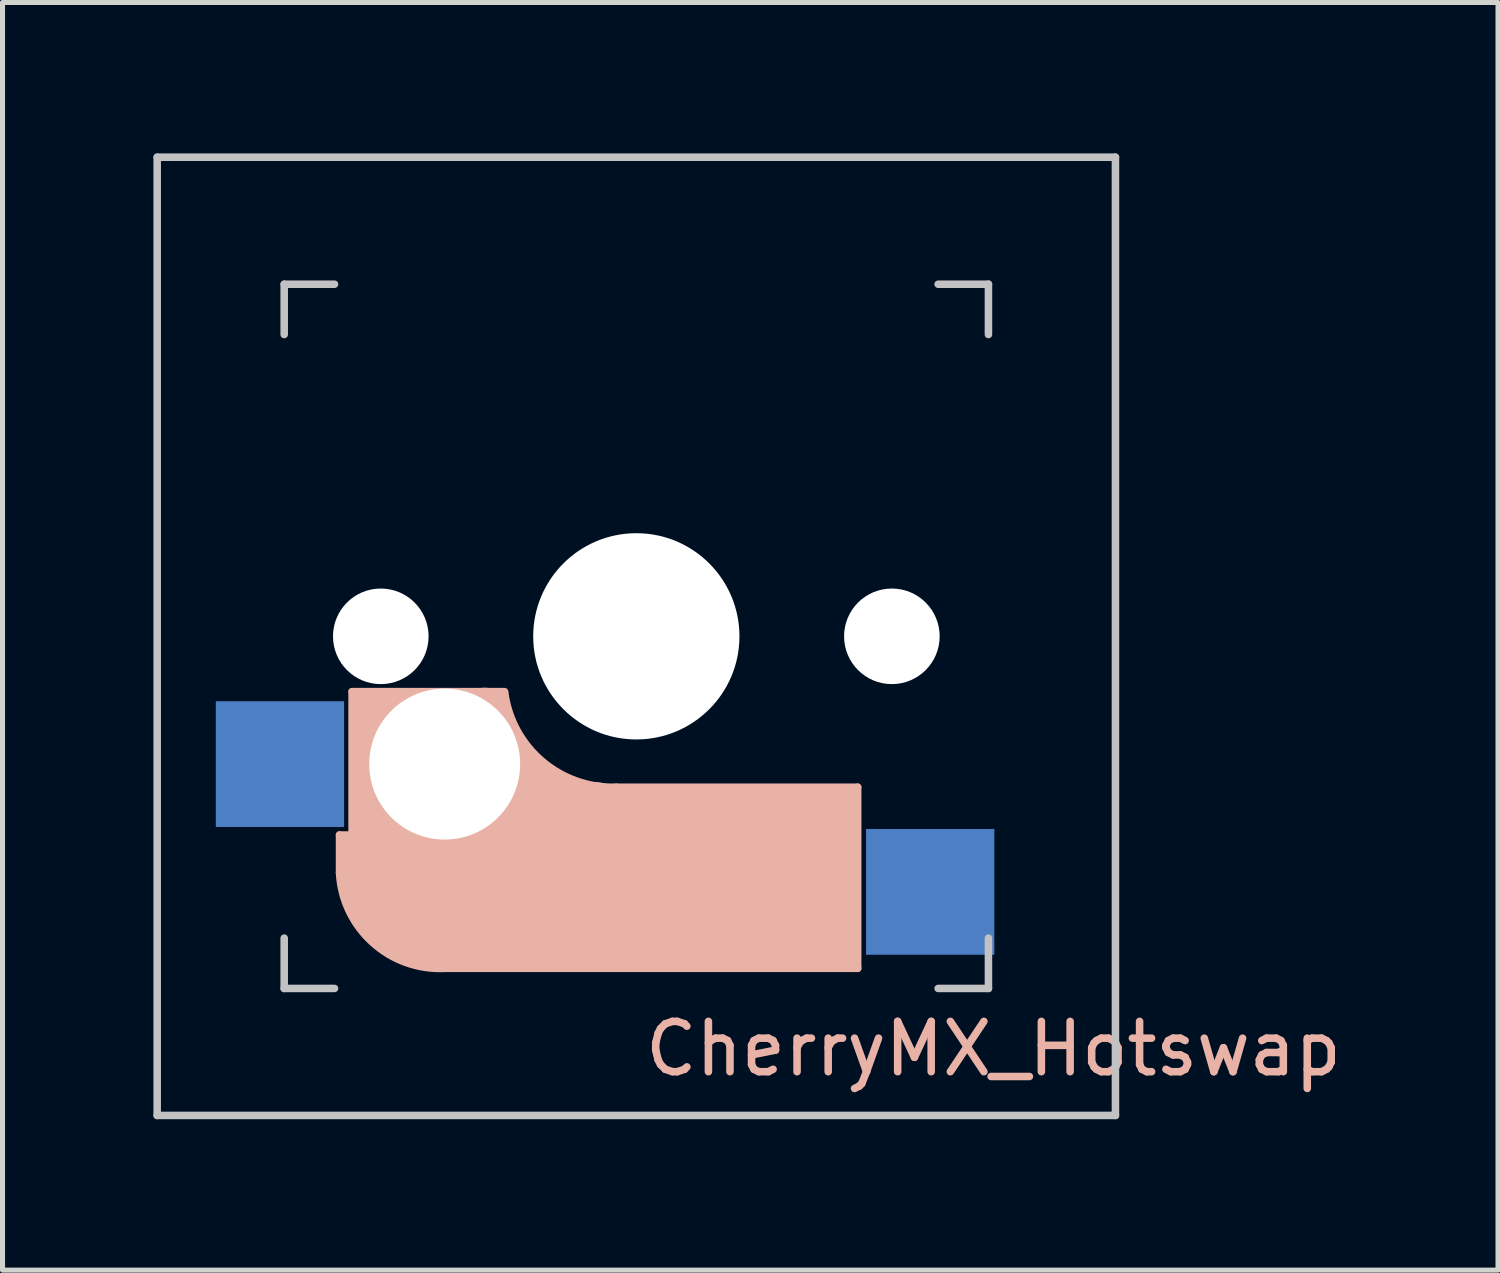
<source format=kicad_pcb>
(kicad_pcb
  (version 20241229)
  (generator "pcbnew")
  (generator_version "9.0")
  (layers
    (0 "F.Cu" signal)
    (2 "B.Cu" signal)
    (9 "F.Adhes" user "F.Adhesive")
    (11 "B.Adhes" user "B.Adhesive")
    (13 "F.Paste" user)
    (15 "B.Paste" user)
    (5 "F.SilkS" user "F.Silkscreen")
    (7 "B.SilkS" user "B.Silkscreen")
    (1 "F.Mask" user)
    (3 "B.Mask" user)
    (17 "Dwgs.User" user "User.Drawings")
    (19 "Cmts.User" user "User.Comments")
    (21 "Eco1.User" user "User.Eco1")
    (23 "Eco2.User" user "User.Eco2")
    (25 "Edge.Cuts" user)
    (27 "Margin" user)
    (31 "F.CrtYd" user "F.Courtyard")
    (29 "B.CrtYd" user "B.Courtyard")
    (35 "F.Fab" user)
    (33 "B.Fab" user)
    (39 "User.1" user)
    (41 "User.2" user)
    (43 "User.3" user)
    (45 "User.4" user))
  (footprint "CherryMX_Hotswap"
    (layer "F.Cu")
    (at 9.6 9.6)
    (property "Reference" "CherryMX_Hotswap" (at 7.1 8.2 0) (layer "B.SilkS") (effects (font (size 1 1) (thickness 0.15))))
    (attr through_hole)
    (fp_line (start -5.9 3.95) (end -5.7 3.95) (stroke (width 0.15) (type solid)) (layer "B.SilkS"))
    (fp_line (start -5.9 4.7) (end -5.9 3.95) (stroke (width 0.15) (type solid)) (layer "B.SilkS"))
    (fp_line (start -5.8 4.05) (end -5.8 4.7) (stroke (width 0.3) (type solid)) (layer "B.SilkS"))
    (fp_line (start -5.65 1.1) (end -2.62 1.1) (stroke (width 0.15) (type solid)) (layer "B.SilkS"))
    (fp_line (start -5.65 5.55) (end -5.65 1.1) (stroke (width 0.15) (type solid)) (layer "B.SilkS"))
    (fp_line (start -5.45 1.3) (end -3 1.3) (stroke (width 0.5) (type solid)) (layer "B.SilkS"))
    (fp_line (start -5.3 1.6) (end -5.3 3.4) (stroke (width 0.8) (type solid)) (layer "B.SilkS"))
    (fp_line (start -4.17 5.1) (end -4.17 2.86) (stroke (width 3) (type solid)) (layer "B.SilkS"))
    (fp_line (start -0.4 3) (end 4.4 3) (stroke (width 0.15) (type solid)) (layer "B.SilkS"))
    (fp_line (start 2.6 4.8) (end -4.1 4.8) (stroke (width 3.5) (type solid)) (layer "B.SilkS"))
    (fp_line (start 3.9 6) (end 3.9 3.5) (stroke (width 1) (type solid)) (layer "B.SilkS"))
    (fp_line (start 4.2 3.25) (end 2.9 3.3) (stroke (width 0.5) (type solid)) (layer "B.SilkS"))
    (fp_line (start 4.25 6.4) (end 3 6.4) (stroke (width 0.4) (type solid)) (layer "B.SilkS"))
    (fp_line (start 4.38 4) (end 4.38 6.25) (stroke (width 0.15) (type solid)) (layer "B.SilkS"))
    (fp_line (start 4.4 3) (end 4.4 6.6) (stroke (width 0.15) (type solid)) (layer "B.SilkS"))
    (fp_line (start 4.4 6.6) (end -3.8 6.6) (stroke (width 0.15) (type solid)) (layer "B.SilkS"))
    (fp_arc (start -3.800001 6.6) (mid -5.243504 6.084924) (end -5.9 4.699999) (stroke (width 0.15) (type solid)) (layer "B.SilkS"))
    (fp_arc (start -0.8 3.4) (mid -2.268709 2.886118) (end -3.016318 1.521471) (stroke (width 1) (type solid)) (layer "B.SilkS"))
    (fp_arc (start -0.4 3) (mid -1.868709 2.486118) (end -2.616318 1.121471) (stroke (width 0.15) (type solid)) (layer "B.SilkS"))
    (fp_line (start -9.525 -9.525) (end 9.525 -9.525) (stroke (width 0.15) (type solid)) (layer "Dwgs.User"))
    (fp_line (start -9.525 9.525) (end -9.525 -9.525) (stroke (width 0.15) (type solid)) (layer "Dwgs.User"))
    (fp_line (start -7 -7) (end -6 -7) (stroke (width 0.15) (type solid)) (layer "Dwgs.User"))
    (fp_line (start -7 -6) (end -7 -7) (stroke (width 0.15) (type solid)) (layer "Dwgs.User"))
    (fp_line (start -7 6) (end -7 7) (stroke (width 0.15) (type solid)) (layer "Dwgs.User"))
    (fp_line (start -7 7) (end -6 7) (stroke (width 0.15) (type solid)) (layer "Dwgs.User"))
    (fp_line (start 6 7) (end 7 7) (stroke (width 0.15) (type solid)) (layer "Dwgs.User"))
    (fp_line (start 7 -7) (end 6 -7) (stroke (width 0.15) (type solid)) (layer "Dwgs.User"))
    (fp_line (start 7 -7) (end 7 -6) (stroke (width 0.15) (type solid)) (layer "Dwgs.User"))
    (fp_line (start 7 7) (end 7 6) (stroke (width 0.15) (type solid)) (layer "Dwgs.User"))
    (fp_line (start 9.525 -9.525) (end 9.525 9.525) (stroke (width 0.15) (type solid)) (layer "Dwgs.User"))
    (fp_line (start 9.525 9.525) (end -9.525 9.525) (stroke (width 0.15) (type solid)) (layer "Dwgs.User"))
    (pad "" np_thru_hole circle (at -5.08 0) (size 1.9 1.9) (drill 1.9) (layers "*.Cu" "*.Mask"))
    (pad "" np_thru_hole circle (at -3.81 2.54 180) (size 3 3) (drill 3) (layers "*.Cu" "*.Mask"))
    (pad "" np_thru_hole circle (at 0 0 90) (size 4.1 4.1) (drill 4.1) (layers "*.Cu" "*.Mask"))
    (pad "" np_thru_hole circle (at 5.08 0) (size 1.9 1.9) (drill 1.9) (layers "*.Cu" "*.Mask"))
    (pad "1" smd rect (at 5.842 5.08) (size 2.55 2.5) (layers "B.Cu" "B.Mask" "B.Paste"))
    (pad "2" smd rect (at -7.085 2.54) (size 2.55 2.5) (layers "B.Cu" "B.Mask" "B.Paste")))
  (gr_rect
    (start -3 -3)
    (end 26.73 22.2)
    (stroke (width 0.1) (type default))
    (fill no)
    (layer "Edge.Cuts")))
</source>
